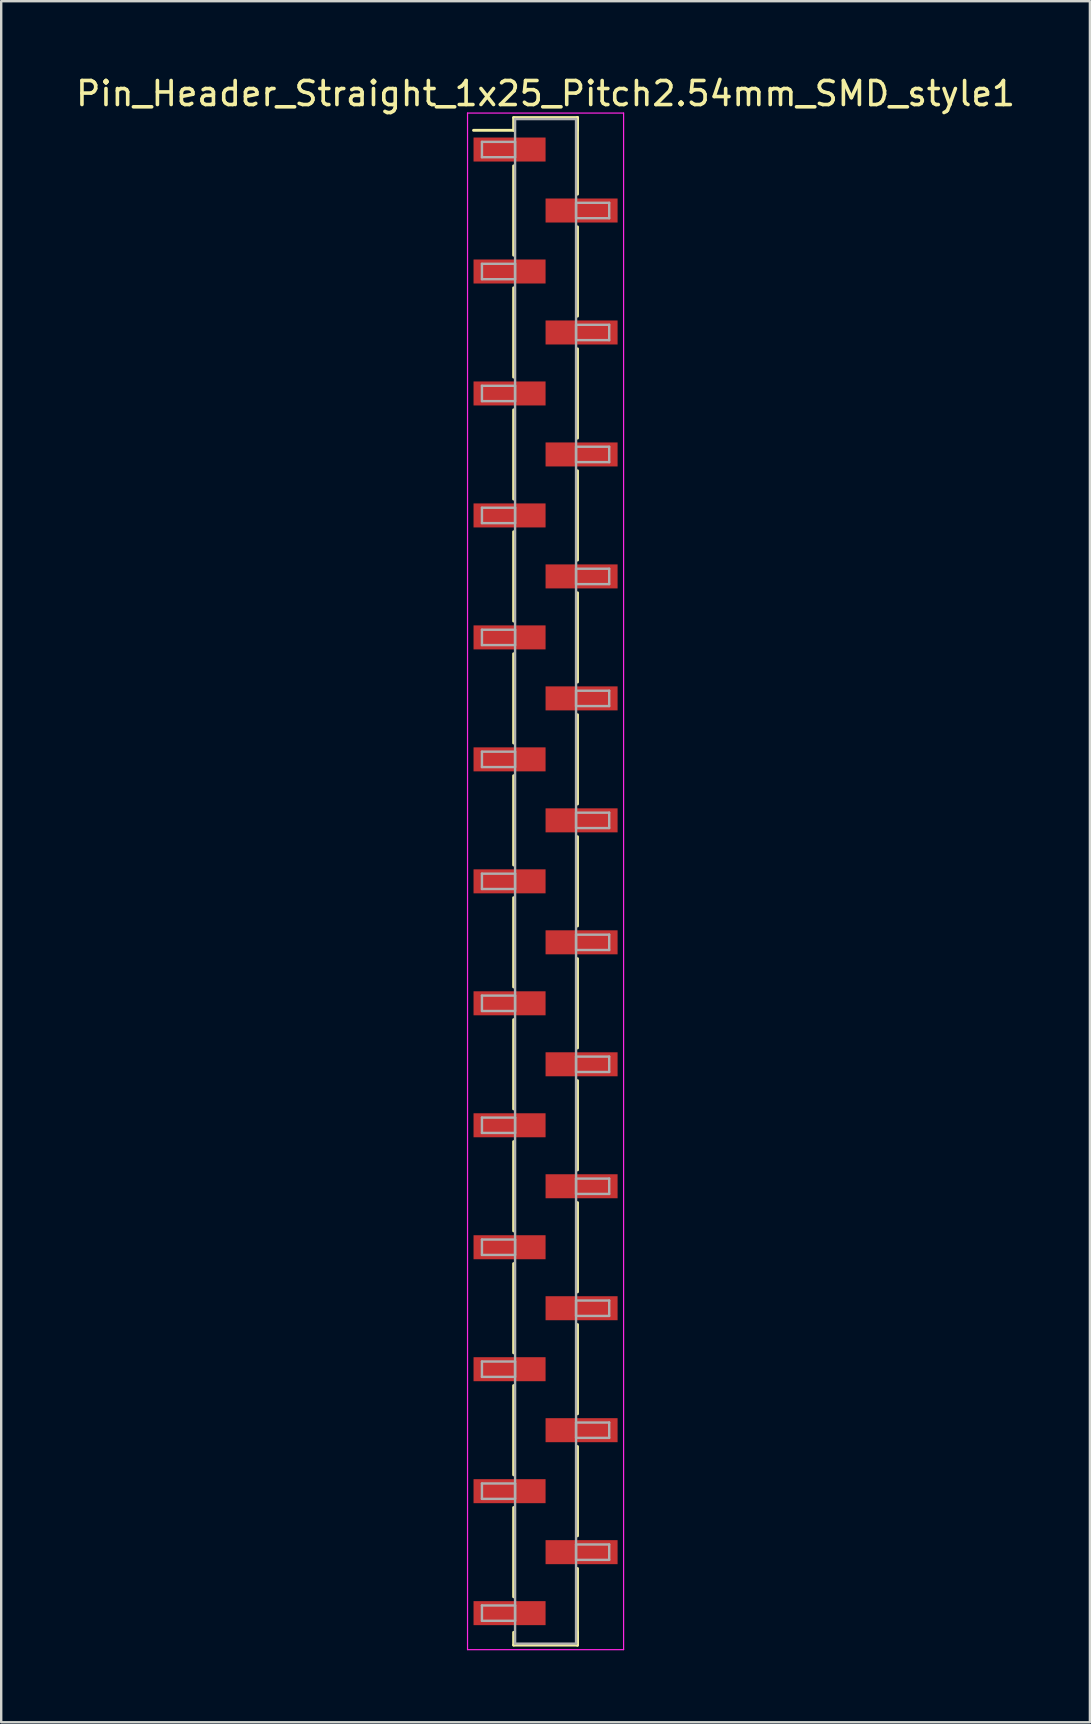
<source format=kicad_pcb>
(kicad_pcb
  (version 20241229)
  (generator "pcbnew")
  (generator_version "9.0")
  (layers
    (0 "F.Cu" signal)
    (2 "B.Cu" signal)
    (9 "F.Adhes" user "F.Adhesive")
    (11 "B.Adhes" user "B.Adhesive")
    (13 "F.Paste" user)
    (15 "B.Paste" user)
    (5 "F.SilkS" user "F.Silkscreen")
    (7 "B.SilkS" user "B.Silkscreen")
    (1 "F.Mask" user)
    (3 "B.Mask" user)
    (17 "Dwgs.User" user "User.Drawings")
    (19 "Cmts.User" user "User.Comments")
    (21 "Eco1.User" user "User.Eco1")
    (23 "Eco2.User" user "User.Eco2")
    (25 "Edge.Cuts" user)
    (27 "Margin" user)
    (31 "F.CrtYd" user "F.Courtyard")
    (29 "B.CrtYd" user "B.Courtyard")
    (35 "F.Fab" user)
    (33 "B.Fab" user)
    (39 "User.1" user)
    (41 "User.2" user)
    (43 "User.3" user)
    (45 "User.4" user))
  (footprint "Pin_Header_Straight_1x25_Pitch2.54mm_SMD_style1"
    (layer "F.Cu")
    (at 19.673 33.658)
    (property "Reference" "Pin_Header_Straight_1x25_Pitch2.54mm_SMD_style1" (at 0 -32.81 0) (layer "F.SilkS") (effects (font (size 1 1) (thickness 0.15))))
    (attr smd)
    (fp_line (start -1.33 -31.81) (end 1.33 -31.81) (stroke (width 0.12) (type solid)) (layer "F.SilkS"))
    (fp_line (start -1.33 -31.28) (end -3 -31.28) (stroke (width 0.12) (type solid)) (layer "F.SilkS"))
    (fp_line (start -1.33 -31.28) (end -1.33 -31.81) (stroke (width 0.12) (type solid)) (layer "F.SilkS"))
    (fp_line (start -1.33 -29.8) (end -1.33 -26.08) (stroke (width 0.12) (type solid)) (layer "F.SilkS"))
    (fp_line (start -1.33 -24.72) (end -1.33 -21) (stroke (width 0.12) (type solid)) (layer "F.SilkS"))
    (fp_line (start -1.33 -19.64) (end -1.33 -15.92) (stroke (width 0.12) (type solid)) (layer "F.SilkS"))
    (fp_line (start -1.33 -14.56) (end -1.33 -10.84) (stroke (width 0.12) (type solid)) (layer "F.SilkS"))
    (fp_line (start -1.33 -9.48) (end -1.33 -5.76) (stroke (width 0.12) (type solid)) (layer "F.SilkS"))
    (fp_line (start -1.33 -4.4) (end -1.33 -0.68) (stroke (width 0.12) (type solid)) (layer "F.SilkS"))
    (fp_line (start -1.33 0.68) (end -1.33 4.4) (stroke (width 0.12) (type solid)) (layer "F.SilkS"))
    (fp_line (start -1.33 5.76) (end -1.33 9.48) (stroke (width 0.12) (type solid)) (layer "F.SilkS"))
    (fp_line (start -1.33 10.84) (end -1.33 14.56) (stroke (width 0.12) (type solid)) (layer "F.SilkS"))
    (fp_line (start -1.33 15.92) (end -1.33 19.64) (stroke (width 0.12) (type solid)) (layer "F.SilkS"))
    (fp_line (start -1.33 21) (end -1.33 24.72) (stroke (width 0.12) (type solid)) (layer "F.SilkS"))
    (fp_line (start -1.33 26.08) (end -1.33 29.8) (stroke (width 0.12) (type solid)) (layer "F.SilkS"))
    (fp_line (start -1.33 31.28) (end -1.33 31.81) (stroke (width 0.12) (type solid)) (layer "F.SilkS"))
    (fp_line (start -1.33 31.81) (end 1.33 31.81) (stroke (width 0.12) (type solid)) (layer "F.SilkS"))
    (fp_line (start 1.33 -31.81) (end 1.33 -31.28) (stroke (width 0.12) (type solid)) (layer "F.SilkS"))
    (fp_line (start 1.33 -31.81) (end 1.33 -28.62) (stroke (width 0.12) (type solid)) (layer "F.SilkS"))
    (fp_line (start 1.33 -27.26) (end 1.33 -23.54) (stroke (width 0.12) (type solid)) (layer "F.SilkS"))
    (fp_line (start 1.33 -22.18) (end 1.33 -18.46) (stroke (width 0.12) (type solid)) (layer "F.SilkS"))
    (fp_line (start 1.33 -17.1) (end 1.33 -13.38) (stroke (width 0.12) (type solid)) (layer "F.SilkS"))
    (fp_line (start 1.33 -12.02) (end 1.33 -8.3) (stroke (width 0.12) (type solid)) (layer "F.SilkS"))
    (fp_line (start 1.33 -6.94) (end 1.33 -3.22) (stroke (width 0.12) (type solid)) (layer "F.SilkS"))
    (fp_line (start 1.33 -1.86) (end 1.33 1.86) (stroke (width 0.12) (type solid)) (layer "F.SilkS"))
    (fp_line (start 1.33 3.22) (end 1.33 6.94) (stroke (width 0.12) (type solid)) (layer "F.SilkS"))
    (fp_line (start 1.33 8.3) (end 1.33 12.02) (stroke (width 0.12) (type solid)) (layer "F.SilkS"))
    (fp_line (start 1.33 13.38) (end 1.33 17.1) (stroke (width 0.12) (type solid)) (layer "F.SilkS"))
    (fp_line (start 1.33 18.46) (end 1.33 22.18) (stroke (width 0.12) (type solid)) (layer "F.SilkS"))
    (fp_line (start 1.33 23.54) (end 1.33 27.26) (stroke (width 0.12) (type solid)) (layer "F.SilkS"))
    (fp_line (start 1.33 28.62) (end 1.33 31.81) (stroke (width 0.12) (type solid)) (layer "F.SilkS"))
    (fp_line (start 1.33 31.81) (end 1.33 31.28) (stroke (width 0.12) (type solid)) (layer "F.SilkS"))
    (fp_line (start -3.25 -32) (end -3.25 32) (stroke (width 0.05) (type solid)) (layer "F.CrtYd"))
    (fp_line (start -3.25 32) (end 3.25 32) (stroke (width 0.05) (type solid)) (layer "F.CrtYd"))
    (fp_line (start 3.25 -32) (end -3.25 -32) (stroke (width 0.05) (type solid)) (layer "F.CrtYd"))
    (fp_line (start 3.25 32) (end 3.25 -32) (stroke (width 0.05) (type solid)) (layer "F.CrtYd"))
    (fp_line (start -2.65 -30.8) (end -1.27 -30.8) (stroke (width 0.1) (type solid)) (layer "F.Fab"))
    (fp_line (start -2.65 -30.16) (end -2.65 -30.8) (stroke (width 0.1) (type solid)) (layer "F.Fab"))
    (fp_line (start -2.65 -25.72) (end -1.27 -25.72) (stroke (width 0.1) (type solid)) (layer "F.Fab"))
    (fp_line (start -2.65 -25.08) (end -2.65 -25.72) (stroke (width 0.1) (type solid)) (layer "F.Fab"))
    (fp_line (start -2.65 -20.64) (end -1.27 -20.64) (stroke (width 0.1) (type solid)) (layer "F.Fab"))
    (fp_line (start -2.65 -20) (end -2.65 -20.64) (stroke (width 0.1) (type solid)) (layer "F.Fab"))
    (fp_line (start -2.65 -15.56) (end -1.27 -15.56) (stroke (width 0.1) (type solid)) (layer "F.Fab"))
    (fp_line (start -2.65 -14.92) (end -2.65 -15.56) (stroke (width 0.1) (type solid)) (layer "F.Fab"))
    (fp_line (start -2.65 -10.48) (end -1.27 -10.48) (stroke (width 0.1) (type solid)) (layer "F.Fab"))
    (fp_line (start -2.65 -9.84) (end -2.65 -10.48) (stroke (width 0.1) (type solid)) (layer "F.Fab"))
    (fp_line (start -2.65 -5.4) (end -1.27 -5.4) (stroke (width 0.1) (type solid)) (layer "F.Fab"))
    (fp_line (start -2.65 -4.76) (end -2.65 -5.4) (stroke (width 0.1) (type solid)) (layer "F.Fab"))
    (fp_line (start -2.65 -0.32) (end -1.27 -0.32) (stroke (width 0.1) (type solid)) (layer "F.Fab"))
    (fp_line (start -2.65 0.32) (end -2.65 -0.32) (stroke (width 0.1) (type solid)) (layer "F.Fab"))
    (fp_line (start -2.65 4.76) (end -1.27 4.76) (stroke (width 0.1) (type solid)) (layer "F.Fab"))
    (fp_line (start -2.65 5.4) (end -2.65 4.76) (stroke (width 0.1) (type solid)) (layer "F.Fab"))
    (fp_line (start -2.65 9.84) (end -1.27 9.84) (stroke (width 0.1) (type solid)) (layer "F.Fab"))
    (fp_line (start -2.65 10.48) (end -2.65 9.84) (stroke (width 0.1) (type solid)) (layer "F.Fab"))
    (fp_line (start -2.65 14.92) (end -1.27 14.92) (stroke (width 0.1) (type solid)) (layer "F.Fab"))
    (fp_line (start -2.65 15.56) (end -2.65 14.92) (stroke (width 0.1) (type solid)) (layer "F.Fab"))
    (fp_line (start -2.65 20) (end -1.27 20) (stroke (width 0.1) (type solid)) (layer "F.Fab"))
    (fp_line (start -2.65 20.64) (end -2.65 20) (stroke (width 0.1) (type solid)) (layer "F.Fab"))
    (fp_line (start -2.65 25.08) (end -1.27 25.08) (stroke (width 0.1) (type solid)) (layer "F.Fab"))
    (fp_line (start -2.65 25.72) (end -2.65 25.08) (stroke (width 0.1) (type solid)) (layer "F.Fab"))
    (fp_line (start -2.65 30.16) (end -1.27 30.16) (stroke (width 0.1) (type solid)) (layer "F.Fab"))
    (fp_line (start -2.65 30.8) (end -2.65 30.16) (stroke (width 0.1) (type solid)) (layer "F.Fab"))
    (fp_line (start -1.27 -31.75) (end -1.27 31.75) (stroke (width 0.1) (type solid)) (layer "F.Fab"))
    (fp_line (start -1.27 -30.8) (end -1.27 -30.16) (stroke (width 0.1) (type solid)) (layer "F.Fab"))
    (fp_line (start -1.27 -30.16) (end -2.65 -30.16) (stroke (width 0.1) (type solid)) (layer "F.Fab"))
    (fp_line (start -1.27 -25.72) (end -1.27 -25.08) (stroke (width 0.1) (type solid)) (layer "F.Fab"))
    (fp_line (start -1.27 -25.08) (end -2.65 -25.08) (stroke (width 0.1) (type solid)) (layer "F.Fab"))
    (fp_line (start -1.27 -20.64) (end -1.27 -20) (stroke (width 0.1) (type solid)) (layer "F.Fab"))
    (fp_line (start -1.27 -20) (end -2.65 -20) (stroke (width 0.1) (type solid)) (layer "F.Fab"))
    (fp_line (start -1.27 -15.56) (end -1.27 -14.92) (stroke (width 0.1) (type solid)) (layer "F.Fab"))
    (fp_line (start -1.27 -14.92) (end -2.65 -14.92) (stroke (width 0.1) (type solid)) (layer "F.Fab"))
    (fp_line (start -1.27 -10.48) (end -1.27 -9.84) (stroke (width 0.1) (type solid)) (layer "F.Fab"))
    (fp_line (start -1.27 -9.84) (end -2.65 -9.84) (stroke (width 0.1) (type solid)) (layer "F.Fab"))
    (fp_line (start -1.27 -5.4) (end -1.27 -4.76) (stroke (width 0.1) (type solid)) (layer "F.Fab"))
    (fp_line (start -1.27 -4.76) (end -2.65 -4.76) (stroke (width 0.1) (type solid)) (layer "F.Fab"))
    (fp_line (start -1.27 -0.32) (end -1.27 0.32) (stroke (width 0.1) (type solid)) (layer "F.Fab"))
    (fp_line (start -1.27 0.32) (end -2.65 0.32) (stroke (width 0.1) (type solid)) (layer "F.Fab"))
    (fp_line (start -1.27 4.76) (end -1.27 5.4) (stroke (width 0.1) (type solid)) (layer "F.Fab"))
    (fp_line (start -1.27 5.4) (end -2.65 5.4) (stroke (width 0.1) (type solid)) (layer "F.Fab"))
    (fp_line (start -1.27 9.84) (end -1.27 10.48) (stroke (width 0.1) (type solid)) (layer "F.Fab"))
    (fp_line (start -1.27 10.48) (end -2.65 10.48) (stroke (width 0.1) (type solid)) (layer "F.Fab"))
    (fp_line (start -1.27 14.92) (end -1.27 15.56) (stroke (width 0.1) (type solid)) (layer "F.Fab"))
    (fp_line (start -1.27 15.56) (end -2.65 15.56) (stroke (width 0.1) (type solid)) (layer "F.Fab"))
    (fp_line (start -1.27 20) (end -1.27 20.64) (stroke (width 0.1) (type solid)) (layer "F.Fab"))
    (fp_line (start -1.27 20.64) (end -2.65 20.64) (stroke (width 0.1) (type solid)) (layer "F.Fab"))
    (fp_line (start -1.27 25.08) (end -1.27 25.72) (stroke (width 0.1) (type solid)) (layer "F.Fab"))
    (fp_line (start -1.27 25.72) (end -2.65 25.72) (stroke (width 0.1) (type solid)) (layer "F.Fab"))
    (fp_line (start -1.27 30.16) (end -1.27 30.8) (stroke (width 0.1) (type solid)) (layer "F.Fab"))
    (fp_line (start -1.27 30.8) (end -2.65 30.8) (stroke (width 0.1) (type solid)) (layer "F.Fab"))
    (fp_line (start -1.27 31.75) (end 1.27 31.75) (stroke (width 0.1) (type solid)) (layer "F.Fab"))
    (fp_line (start 1.27 -31.75) (end -1.27 -31.75) (stroke (width 0.1) (type solid)) (layer "F.Fab"))
    (fp_line (start 1.27 -28.26) (end 1.27 -27.62) (stroke (width 0.1) (type solid)) (layer "F.Fab"))
    (fp_line (start 1.27 -27.62) (end 2.65 -27.62) (stroke (width 0.1) (type solid)) (layer "F.Fab"))
    (fp_line (start 1.27 -23.18) (end 1.27 -22.54) (stroke (width 0.1) (type solid)) (layer "F.Fab"))
    (fp_line (start 1.27 -22.54) (end 2.65 -22.54) (stroke (width 0.1) (type solid)) (layer "F.Fab"))
    (fp_line (start 1.27 -18.1) (end 1.27 -17.46) (stroke (width 0.1) (type solid)) (layer "F.Fab"))
    (fp_line (start 1.27 -17.46) (end 2.65 -17.46) (stroke (width 0.1) (type solid)) (layer "F.Fab"))
    (fp_line (start 1.27 -13.02) (end 1.27 -12.38) (stroke (width 0.1) (type solid)) (layer "F.Fab"))
    (fp_line (start 1.27 -12.38) (end 2.65 -12.38) (stroke (width 0.1) (type solid)) (layer "F.Fab"))
    (fp_line (start 1.27 -7.94) (end 1.27 -7.3) (stroke (width 0.1) (type solid)) (layer "F.Fab"))
    (fp_line (start 1.27 -7.3) (end 2.65 -7.3) (stroke (width 0.1) (type solid)) (layer "F.Fab"))
    (fp_line (start 1.27 -2.86) (end 1.27 -2.22) (stroke (width 0.1) (type solid)) (layer "F.Fab"))
    (fp_line (start 1.27 -2.22) (end 2.65 -2.22) (stroke (width 0.1) (type solid)) (layer "F.Fab"))
    (fp_line (start 1.27 2.22) (end 1.27 2.86) (stroke (width 0.1) (type solid)) (layer "F.Fab"))
    (fp_line (start 1.27 2.86) (end 2.65 2.86) (stroke (width 0.1) (type solid)) (layer "F.Fab"))
    (fp_line (start 1.27 7.3) (end 1.27 7.94) (stroke (width 0.1) (type solid)) (layer "F.Fab"))
    (fp_line (start 1.27 7.94) (end 2.65 7.94) (stroke (width 0.1) (type solid)) (layer "F.Fab"))
    (fp_line (start 1.27 12.38) (end 1.27 13.02) (stroke (width 0.1) (type solid)) (layer "F.Fab"))
    (fp_line (start 1.27 13.02) (end 2.65 13.02) (stroke (width 0.1) (type solid)) (layer "F.Fab"))
    (fp_line (start 1.27 17.46) (end 1.27 18.1) (stroke (width 0.1) (type solid)) (layer "F.Fab"))
    (fp_line (start 1.27 18.1) (end 2.65 18.1) (stroke (width 0.1) (type solid)) (layer "F.Fab"))
    (fp_line (start 1.27 22.54) (end 1.27 23.18) (stroke (width 0.1) (type solid)) (layer "F.Fab"))
    (fp_line (start 1.27 23.18) (end 2.65 23.18) (stroke (width 0.1) (type solid)) (layer "F.Fab"))
    (fp_line (start 1.27 27.62) (end 1.27 28.26) (stroke (width 0.1) (type solid)) (layer "F.Fab"))
    (fp_line (start 1.27 28.26) (end 2.65 28.26) (stroke (width 0.1) (type solid)) (layer "F.Fab"))
    (fp_line (start 1.27 31.75) (end 1.27 -31.75) (stroke (width 0.1) (type solid)) (layer "F.Fab"))
    (fp_line (start 2.65 -28.26) (end 1.27 -28.26) (stroke (width 0.1) (type solid)) (layer "F.Fab"))
    (fp_line (start 2.65 -27.62) (end 2.65 -28.26) (stroke (width 0.1) (type solid)) (layer "F.Fab"))
    (fp_line (start 2.65 -23.18) (end 1.27 -23.18) (stroke (width 0.1) (type solid)) (layer "F.Fab"))
    (fp_line (start 2.65 -22.54) (end 2.65 -23.18) (stroke (width 0.1) (type solid)) (layer "F.Fab"))
    (fp_line (start 2.65 -18.1) (end 1.27 -18.1) (stroke (width 0.1) (type solid)) (layer "F.Fab"))
    (fp_line (start 2.65 -17.46) (end 2.65 -18.1) (stroke (width 0.1) (type solid)) (layer "F.Fab"))
    (fp_line (start 2.65 -13.02) (end 1.27 -13.02) (stroke (width 0.1) (type solid)) (layer "F.Fab"))
    (fp_line (start 2.65 -12.38) (end 2.65 -13.02) (stroke (width 0.1) (type solid)) (layer "F.Fab"))
    (fp_line (start 2.65 -7.94) (end 1.27 -7.94) (stroke (width 0.1) (type solid)) (layer "F.Fab"))
    (fp_line (start 2.65 -7.3) (end 2.65 -7.94) (stroke (width 0.1) (type solid)) (layer "F.Fab"))
    (fp_line (start 2.65 -2.86) (end 1.27 -2.86) (stroke (width 0.1) (type solid)) (layer "F.Fab"))
    (fp_line (start 2.65 -2.22) (end 2.65 -2.86) (stroke (width 0.1) (type solid)) (layer "F.Fab"))
    (fp_line (start 2.65 2.22) (end 1.27 2.22) (stroke (width 0.1) (type solid)) (layer "F.Fab"))
    (fp_line (start 2.65 2.86) (end 2.65 2.22) (stroke (width 0.1) (type solid)) (layer "F.Fab"))
    (fp_line (start 2.65 7.3) (end 1.27 7.3) (stroke (width 0.1) (type solid)) (layer "F.Fab"))
    (fp_line (start 2.65 7.94) (end 2.65 7.3) (stroke (width 0.1) (type solid)) (layer "F.Fab"))
    (fp_line (start 2.65 12.38) (end 1.27 12.38) (stroke (width 0.1) (type solid)) (layer "F.Fab"))
    (fp_line (start 2.65 13.02) (end 2.65 12.38) (stroke (width 0.1) (type solid)) (layer "F.Fab"))
    (fp_line (start 2.65 17.46) (end 1.27 17.46) (stroke (width 0.1) (type solid)) (layer "F.Fab"))
    (fp_line (start 2.65 18.1) (end 2.65 17.46) (stroke (width 0.1) (type solid)) (layer "F.Fab"))
    (fp_line (start 2.65 22.54) (end 1.27 22.54) (stroke (width 0.1) (type solid)) (layer "F.Fab"))
    (fp_line (start 2.65 23.18) (end 2.65 22.54) (stroke (width 0.1) (type solid)) (layer "F.Fab"))
    (fp_line (start 2.65 27.62) (end 1.27 27.62) (stroke (width 0.1) (type solid)) (layer "F.Fab"))
    (fp_line (start 2.65 28.26) (end 2.65 27.62) (stroke (width 0.1) (type solid)) (layer "F.Fab"))
    (pad "1" smd rect (at -1.5 -30.48) (size 3 1) (layers "F.Cu" "F.Mask"))
    (pad "2" smd rect (at 1.5 -27.94) (size 3 1) (layers "F.Cu" "F.Mask"))
    (pad "3" smd rect (at -1.5 -25.4) (size 3 1) (layers "F.Cu" "F.Mask"))
    (pad "4" smd rect (at 1.5 -22.86) (size 3 1) (layers "F.Cu" "F.Mask"))
    (pad "5" smd rect (at -1.5 -20.32) (size 3 1) (layers "F.Cu" "F.Mask"))
    (pad "6" smd rect (at 1.5 -17.78) (size 3 1) (layers "F.Cu" "F.Mask"))
    (pad "7" smd rect (at -1.5 -15.24) (size 3 1) (layers "F.Cu" "F.Mask"))
    (pad "8" smd rect (at 1.5 -12.7) (size 3 1) (layers "F.Cu" "F.Mask"))
    (pad "9" smd rect (at -1.5 -10.16) (size 3 1) (layers "F.Cu" "F.Mask"))
    (pad "10" smd rect (at 1.5 -7.62) (size 3 1) (layers "F.Cu" "F.Mask"))
    (pad "11" smd rect (at -1.5 -5.08) (size 3 1) (layers "F.Cu" "F.Mask"))
    (pad "12" smd rect (at 1.5 -2.54) (size 3 1) (layers "F.Cu" "F.Mask"))
    (pad "13" smd rect (at -1.5 0) (size 3 1) (layers "F.Cu" "F.Mask"))
    (pad "14" smd rect (at 1.5 2.54) (size 3 1) (layers "F.Cu" "F.Mask"))
    (pad "15" smd rect (at -1.5 5.08) (size 3 1) (layers "F.Cu" "F.Mask"))
    (pad "16" smd rect (at 1.5 7.62) (size 3 1) (layers "F.Cu" "F.Mask"))
    (pad "17" smd rect (at -1.5 10.16) (size 3 1) (layers "F.Cu" "F.Mask"))
    (pad "18" smd rect (at 1.5 12.7) (size 3 1) (layers "F.Cu" "F.Mask"))
    (pad "19" smd rect (at -1.5 15.24) (size 3 1) (layers "F.Cu" "F.Mask"))
    (pad "20" smd rect (at 1.5 17.78) (size 3 1) (layers "F.Cu" "F.Mask"))
    (pad "21" smd rect (at -1.5 20.32) (size 3 1) (layers "F.Cu" "F.Mask"))
    (pad "22" smd rect (at 1.5 22.86) (size 3 1) (layers "F.Cu" "F.Mask"))
    (pad "23" smd rect (at -1.5 25.4) (size 3 1) (layers "F.Cu" "F.Mask"))
    (pad "24" smd rect (at 1.5 27.94) (size 3 1) (layers "F.Cu" "F.Mask"))
    (pad "25" smd rect (at -1.5 30.48) (size 3 1) (layers "F.Cu" "F.Mask")))
  (gr_rect
    (start -3 -3)
    (end 42.345 68.683)
    (stroke (width 0.1) (type default))
    (fill no)
    (layer "Edge.Cuts")))
</source>
